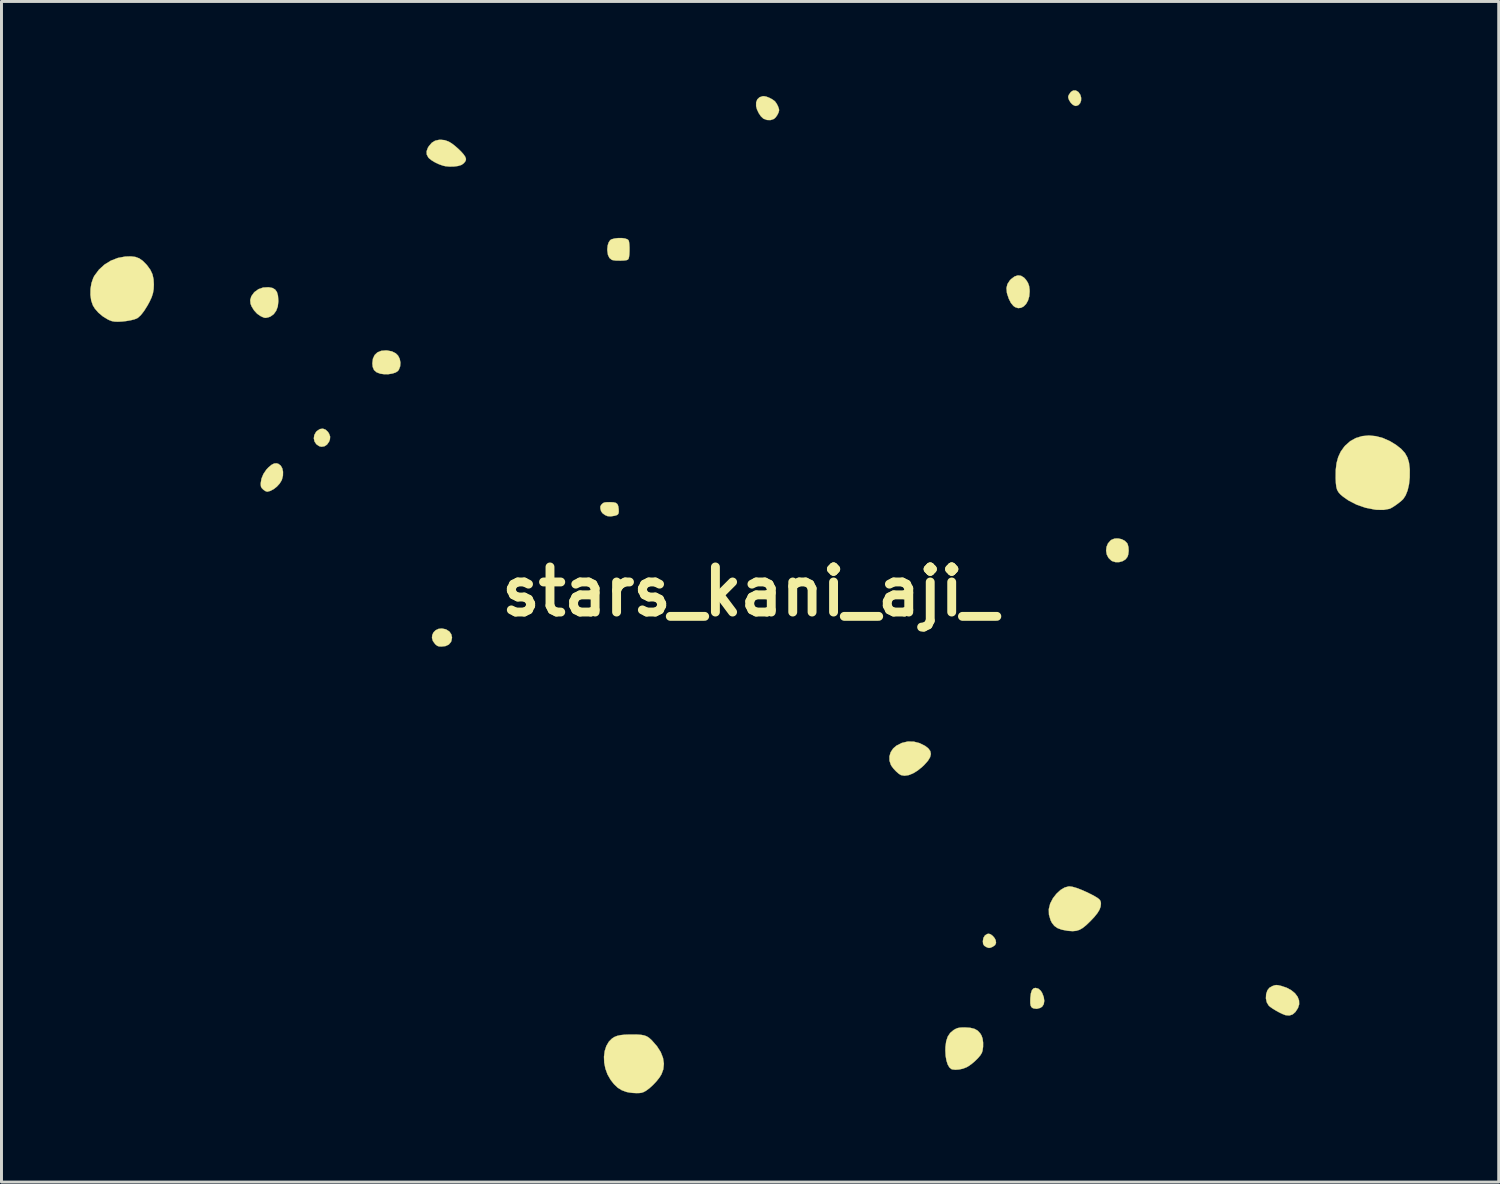
<source format=kicad_pcb>
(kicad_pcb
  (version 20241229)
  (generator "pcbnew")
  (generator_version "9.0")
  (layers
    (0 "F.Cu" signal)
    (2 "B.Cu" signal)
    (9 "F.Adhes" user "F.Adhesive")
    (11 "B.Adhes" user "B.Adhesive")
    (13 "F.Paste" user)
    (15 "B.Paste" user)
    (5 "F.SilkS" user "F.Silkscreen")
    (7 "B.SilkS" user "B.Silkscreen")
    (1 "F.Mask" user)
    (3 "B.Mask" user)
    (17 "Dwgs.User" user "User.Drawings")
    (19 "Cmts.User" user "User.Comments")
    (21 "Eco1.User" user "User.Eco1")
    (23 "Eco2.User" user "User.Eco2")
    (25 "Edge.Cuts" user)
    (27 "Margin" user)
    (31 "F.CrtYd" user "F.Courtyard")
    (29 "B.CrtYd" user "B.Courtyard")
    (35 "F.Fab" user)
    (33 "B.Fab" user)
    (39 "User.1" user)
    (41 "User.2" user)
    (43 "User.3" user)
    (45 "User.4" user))
  (footprint "stars_kani_aji_"
    (layer "F.Cu")
    (at 22.279 16.937)
    (property "Reference" "stars_kani_aji_" (at 0 0 0) (layer "F.SilkS") (effects (font (size 1.524 1.524) (thickness 0.3))))
    (attr through_hole)
    (fp_poly (pts (xy -14.33 -5.472) (xy -14.247 -5.392) (xy -14.211 -5.333) (xy -14.177 -5.237) (xy -14.184 -5.143) (xy -14.213 -5.066) (xy -14.282 -4.968) (xy -14.371 -4.91) (xy -14.472 -4.895) (xy -14.547 -4.915) (xy -14.643 -4.981) (xy -14.704 -5.073) (xy -14.727 -5.18) (xy -14.711 -5.29) (xy -14.654 -5.393) (xy -14.621 -5.428) (xy -14.522 -5.492) (xy -14.423 -5.506) (xy -14.33 -5.472)) (stroke (width 0.01) (type solid)) (fill yes) (layer "F.SilkS"))
    (fp_poly (pts (xy 8.14 11.578) (xy 8.209 11.631) (xy 8.27 11.703) (xy 8.306 11.772) (xy 8.319 11.867) (xy 8.286 11.94) (xy 8.207 11.996) (xy 8.19 12.004) (xy 8.124 12.03) (xy 8.078 12.036) (xy 8.029 12.022) (xy 7.986 12.003) (xy 7.918 11.96) (xy 7.883 11.899) (xy 7.874 11.808) (xy 7.893 11.697) (xy 7.944 11.614) (xy 8.021 11.565) (xy 8.077 11.557) (xy 8.14 11.578)) (stroke (width 0.01) (type solid)) (fill yes) (layer "F.SilkS"))
    (fp_poly (pts (xy 9.746 13.41) (xy 9.829 13.482) (xy 9.878 13.559) (xy 9.931 13.698) (xy 9.948 13.825) (xy 9.931 13.935) (xy 9.879 14.018) (xy 9.815 14.061) (xy 9.696 14.093) (xy 9.589 14.079) (xy 9.556 14.066) (xy 9.515 14.035) (xy 9.489 13.985) (xy 9.476 13.907) (xy 9.476 13.792) (xy 9.479 13.72) (xy 9.497 13.57) (xy 9.531 13.465) (xy 9.582 13.405) (xy 9.649 13.386) (xy 9.746 13.41)) (stroke (width 0.01) (type solid)) (fill yes) (layer "F.SilkS"))
    (fp_poly (pts (xy -10.275 1.271) (xy -10.252 1.28) (xy -10.148 1.347) (xy -10.083 1.442) (xy -10.059 1.553) (xy -10.082 1.671) (xy -10.097 1.703) (xy -10.168 1.787) (xy -10.277 1.838) (xy -10.415 1.854) (xy -10.501 1.85) (xy -10.559 1.829) (xy -10.616 1.784) (xy -10.63 1.77) (xy -10.705 1.667) (xy -10.736 1.563) (xy -10.726 1.463) (xy -10.683 1.374) (xy -10.611 1.303) (xy -10.516 1.258) (xy -10.402 1.245) (xy -10.275 1.271)) (stroke (width 0.01) (type solid)) (fill yes) (layer "F.SilkS"))
    (fp_poly (pts (xy 11.093 -16.885) (xy 11.109 -16.87) (xy 11.168 -16.781) (xy 11.194 -16.683) (xy 11.191 -16.586) (xy 11.159 -16.501) (xy 11.103 -16.438) (xy 11.023 -16.409) (xy 11.006 -16.409) (xy 10.956 -16.424) (xy 10.896 -16.462) (xy 10.891 -16.466) (xy 10.834 -16.529) (xy 10.787 -16.608) (xy 10.782 -16.618) (xy 10.759 -16.686) (xy 10.759 -16.734) (xy 10.782 -16.788) (xy 10.849 -16.882) (xy 10.927 -16.93) (xy 11.011 -16.932) (xy 11.093 -16.885)) (stroke (width 0.01) (type solid)) (fill yes) (layer "F.SilkS"))
    (fp_poly (pts (xy 12.567 -1.77) (xy 12.672 -1.715) (xy 12.749 -1.636) (xy 12.763 -1.61) (xy 12.792 -1.506) (xy 12.8 -1.38) (xy 12.785 -1.255) (xy 12.759 -1.175) (xy 12.692 -1.089) (xy 12.593 -1.029) (xy 12.476 -0.997) (xy 12.355 -0.997) (xy 12.242 -1.032) (xy 12.215 -1.048) (xy 12.119 -1.14) (xy 12.06 -1.255) (xy 12.038 -1.383) (xy 12.052 -1.512) (xy 12.102 -1.632) (xy 12.189 -1.73) (xy 12.224 -1.754) (xy 12.328 -1.794) (xy 12.447 -1.797) (xy 12.567 -1.77)) (stroke (width 0.01) (type solid)) (fill yes) (layer "F.SilkS"))
    (fp_poly (pts (xy -12.252 -8.147) (xy -12.088 -8.116) (xy -11.961 -8.052) (xy -11.882 -7.974) (xy -11.826 -7.863) (xy -11.802 -7.737) (xy -11.812 -7.611) (xy -11.854 -7.5) (xy -11.888 -7.454) (xy -11.963 -7.404) (xy -12.074 -7.368) (xy -12.206 -7.347) (xy -12.345 -7.345) (xy -12.477 -7.363) (xy -12.484 -7.364) (xy -12.609 -7.412) (xy -12.693 -7.486) (xy -12.738 -7.592) (xy -12.75 -7.714) (xy -12.73 -7.871) (xy -12.672 -7.995) (xy -12.578 -8.083) (xy -12.45 -8.135) (xy -12.29 -8.149) (xy -12.252 -8.147)) (stroke (width 0.01) (type solid)) (fill yes) (layer "F.SilkS"))
    (fp_poly (pts (xy -4.605 -3.018) (xy -4.523 -2.998) (xy -4.472 -2.957) (xy -4.443 -2.887) (xy -4.429 -2.79) (xy -4.426 -2.69) (xy -4.442 -2.627) (xy -4.484 -2.589) (xy -4.561 -2.564) (xy -4.562 -2.564) (xy -4.699 -2.543) (xy -4.807 -2.552) (xy -4.889 -2.587) (xy -4.975 -2.65) (xy -5.023 -2.718) (xy -5.046 -2.803) (xy -5.049 -2.874) (xy -5.021 -2.929) (xy -4.995 -2.957) (xy -4.957 -2.991) (xy -4.916 -3.01) (xy -4.856 -3.02) (xy -4.765 -3.022) (xy -4.729 -3.023) (xy -4.605 -3.018)) (stroke (width 0.01) (type solid)) (fill yes) (layer "F.SilkS"))
    (fp_poly (pts (xy 9.164 -10.67) (xy 9.266 -10.607) (xy 9.331 -10.535) (xy 9.398 -10.431) (xy 9.436 -10.324) (xy 9.453 -10.194) (xy 9.454 -10.132) (xy 9.44 -9.973) (xy 9.399 -9.835) (xy 9.336 -9.722) (xy 9.256 -9.638) (xy 9.163 -9.589) (xy 9.065 -9.578) (xy 8.965 -9.611) (xy 8.907 -9.652) (xy 8.823 -9.752) (xy 8.752 -9.891) (xy 8.696 -10.058) (xy 8.685 -10.105) (xy 8.672 -10.257) (xy 8.705 -10.391) (xy 8.785 -10.514) (xy 8.828 -10.559) (xy 8.944 -10.646) (xy 9.056 -10.684) (xy 9.164 -10.67)) (stroke (width 0.01) (type solid)) (fill yes) (layer "F.SilkS"))
    (fp_poly (pts (xy 0.555 -16.724) (xy 0.655 -16.686) (xy 0.755 -16.634) (xy 0.835 -16.577) (xy 0.856 -16.557) (xy 0.907 -16.486) (xy 0.953 -16.397) (xy 0.983 -16.311) (xy 0.991 -16.265) (xy 0.973 -16.19) (xy 0.93 -16.102) (xy 0.873 -16.021) (xy 0.816 -15.97) (xy 0.704 -15.931) (xy 0.581 -15.933) (xy 0.467 -15.976) (xy 0.455 -15.984) (xy 0.375 -16.059) (xy 0.302 -16.167) (xy 0.244 -16.29) (xy 0.214 -16.402) (xy 0.215 -16.528) (xy 0.255 -16.63) (xy 0.33 -16.701) (xy 0.435 -16.736) (xy 0.475 -16.738) (xy 0.555 -16.724)) (stroke (width 0.01) (type solid)) (fill yes) (layer "F.SilkS"))
    (fp_poly (pts (xy -15.924 -4.317) (xy -15.847 -4.259) (xy -15.794 -4.167) (xy -15.768 -4.05) (xy -15.771 -3.92) (xy -15.805 -3.786) (xy -15.817 -3.758) (xy -15.882 -3.651) (xy -15.975 -3.549) (xy -16.083 -3.464) (xy -16.195 -3.404) (xy -16.296 -3.378) (xy -16.306 -3.378) (xy -16.356 -3.394) (xy -16.419 -3.435) (xy -16.44 -3.452) (xy -16.489 -3.502) (xy -16.513 -3.551) (xy -16.521 -3.618) (xy -16.521 -3.662) (xy -16.496 -3.816) (xy -16.43 -3.975) (xy -16.329 -4.124) (xy -16.254 -4.203) (xy -16.152 -4.287) (xy -16.065 -4.33) (xy -15.983 -4.335) (xy -15.924 -4.317)) (stroke (width 0.01) (type solid)) (fill yes) (layer "F.SilkS"))
    (fp_poly (pts (xy -16.244 -10.282) (xy -16.123 -10.258) (xy -16.035 -10.206) (xy -15.974 -10.121) (xy -15.939 -9.999) (xy -15.927 -9.834) (xy -15.927 -9.804) (xy -15.945 -9.635) (xy -15.999 -9.49) (xy -16.082 -9.374) (xy -16.191 -9.295) (xy -16.253 -9.271) (xy -16.323 -9.254) (xy -16.374 -9.249) (xy -16.424 -9.262) (xy -16.494 -9.293) (xy -16.528 -9.31) (xy -16.642 -9.389) (xy -16.746 -9.502) (xy -16.828 -9.633) (xy -16.865 -9.727) (xy -16.876 -9.853) (xy -16.838 -9.979) (xy -16.752 -10.099) (xy -16.728 -10.124) (xy -16.593 -10.221) (xy -16.437 -10.274) (xy -16.258 -10.283) (xy -16.244 -10.282)) (stroke (width 0.01) (type solid)) (fill yes) (layer "F.SilkS"))
    (fp_poly (pts (xy 5.535 5.066) (xy 5.735 5.117) (xy 5.923 5.211) (xy 6.033 5.297) (xy 6.098 5.387) (xy 6.117 5.485) (xy 6.091 5.593) (xy 6.018 5.714) (xy 5.898 5.849) (xy 5.826 5.918) (xy 5.668 6.046) (xy 5.511 6.141) (xy 5.361 6.199) (xy 5.224 6.218) (xy 5.107 6.197) (xy 5.105 6.196) (xy 5.033 6.151) (xy 4.948 6.077) (xy 4.863 5.988) (xy 4.794 5.897) (xy 4.768 5.855) (xy 4.72 5.712) (xy 4.718 5.565) (xy 4.76 5.424) (xy 4.844 5.298) (xy 4.951 5.205) (xy 5.137 5.111) (xy 5.333 5.064) (xy 5.535 5.066)) (stroke (width 0.01) (type solid)) (fill yes) (layer "F.SilkS"))
    (fp_poly (pts (xy -4.321 -11.945) (xy -4.213 -11.93) (xy -4.132 -11.901) (xy -4.098 -11.873) (xy -4.08 -11.822) (xy -4.069 -11.735) (xy -4.063 -11.626) (xy -4.063 -11.508) (xy -4.068 -11.396) (xy -4.08 -11.303) (xy -4.096 -11.244) (xy -4.1 -11.238) (xy -4.126 -11.213) (xy -4.167 -11.198) (xy -4.235 -11.188) (xy -4.34 -11.183) (xy -4.36 -11.182) (xy -4.519 -11.184) (xy -4.628 -11.199) (xy -4.663 -11.211) (xy -4.741 -11.273) (xy -4.791 -11.377) (xy -4.812 -11.522) (xy -4.813 -11.57) (xy -4.8 -11.694) (xy -4.766 -11.8) (xy -4.715 -11.874) (xy -4.675 -11.901) (xy -4.565 -11.931) (xy -4.443 -11.945) (xy -4.321 -11.945)) (stroke (width 0.01) (type solid)) (fill yes) (layer "F.SilkS"))
    (fp_poly (pts (xy 17.844 13.295) (xy 17.93 13.314) (xy 17.952 13.319) (xy 18.138 13.381) (xy 18.294 13.466) (xy 18.419 13.569) (xy 18.507 13.686) (xy 18.555 13.812) (xy 18.559 13.941) (xy 18.519 14.066) (xy 18.433 14.199) (xy 18.338 14.282) (xy 18.229 14.318) (xy 18.105 14.308) (xy 18.082 14.301) (xy 17.995 14.267) (xy 17.887 14.215) (xy 17.773 14.152) (xy 17.666 14.087) (xy 17.579 14.026) (xy 17.53 13.983) (xy 17.465 13.873) (xy 17.436 13.739) (xy 17.444 13.597) (xy 17.448 13.582) (xy 17.489 13.464) (xy 17.554 13.382) (xy 17.654 13.326) (xy 17.665 13.321) (xy 17.73 13.299) (xy 17.784 13.29) (xy 17.844 13.295)) (stroke (width 0.01) (type solid)) (fill yes) (layer "F.SilkS"))
    (fp_poly (pts (xy -10.306 -15.252) (xy -10.177 -15.206) (xy -10.16 -15.197) (xy -10.069 -15.142) (xy -9.964 -15.062) (xy -9.855 -14.967) (xy -9.754 -14.869) (xy -9.672 -14.777) (xy -9.619 -14.701) (xy -9.615 -14.694) (xy -9.59 -14.63) (xy -9.59 -14.583) (xy -9.612 -14.533) (xy -9.66 -14.474) (xy -9.73 -14.422) (xy -9.746 -14.414) (xy -9.851 -14.381) (xy -9.986 -14.363) (xy -10.134 -14.359) (xy -10.277 -14.372) (xy -10.36 -14.39) (xy -10.495 -14.437) (xy -10.628 -14.499) (xy -10.746 -14.57) (xy -10.834 -14.64) (xy -10.861 -14.669) (xy -10.913 -14.77) (xy -10.917 -14.877) (xy -10.874 -14.995) (xy -10.839 -15.051) (xy -10.741 -15.165) (xy -10.629 -15.234) (xy -10.492 -15.264) (xy -10.438 -15.265) (xy -10.306 -15.252)) (stroke (width 0.01) (type solid)) (fill yes) (layer "F.SilkS"))
    (fp_poly (pts (xy 7.446 14.734) (xy 7.587 14.768) (xy 7.697 14.829) (xy 7.783 14.921) (xy 7.83 14.999) (xy 7.865 15.103) (xy 7.882 15.235) (xy 7.881 15.376) (xy 7.863 15.507) (xy 7.84 15.58) (xy 7.788 15.665) (xy 7.704 15.764) (xy 7.599 15.867) (xy 7.485 15.962) (xy 7.373 16.039) (xy 7.327 16.065) (xy 7.205 16.113) (xy 7.072 16.142) (xy 6.944 16.151) (xy 6.838 16.138) (xy 6.814 16.13) (xy 6.745 16.074) (xy 6.688 15.977) (xy 6.645 15.844) (xy 6.617 15.684) (xy 6.607 15.503) (xy 6.61 15.38) (xy 6.636 15.187) (xy 6.688 15.031) (xy 6.77 14.908) (xy 6.886 14.81) (xy 6.947 14.775) (xy 7.013 14.746) (xy 7.087 14.73) (xy 7.185 14.723) (xy 7.264 14.722) (xy 7.446 14.734)) (stroke (width 0.01) (type solid)) (fill yes) (layer "F.SilkS"))
    (fp_poly (pts (xy 10.898 9.97) (xy 11.029 10.007) (xy 11.187 10.066) (xy 11.363 10.143) (xy 11.508 10.213) (xy 11.644 10.285) (xy 11.74 10.342) (xy 11.804 10.391) (xy 11.841 10.439) (xy 11.858 10.49) (xy 11.862 10.547) (xy 11.85 10.647) (xy 11.811 10.75) (xy 11.742 10.862) (xy 11.639 10.99) (xy 11.506 11.131) (xy 11.368 11.264) (xy 11.249 11.36) (xy 11.14 11.423) (xy 11.029 11.458) (xy 10.906 11.469) (xy 10.762 11.459) (xy 10.723 11.454) (xy 10.54 11.419) (xy 10.398 11.367) (xy 10.29 11.292) (xy 10.208 11.189) (xy 10.162 11.099) (xy 10.107 10.912) (xy 10.102 10.724) (xy 10.148 10.538) (xy 10.243 10.355) (xy 10.36 10.206) (xy 10.497 10.079) (xy 10.635 9.996) (xy 10.768 9.959) (xy 10.802 9.957) (xy 10.898 9.97)) (stroke (width 0.01) (type solid)) (fill yes) (layer "F.SilkS"))
    (fp_poly (pts (xy -20.755 -11.307) (xy -20.624 -11.258) (xy -20.504 -11.173) (xy -20.381 -11.048) (xy -20.361 -11.025) (xy -20.251 -10.874) (xy -20.179 -10.722) (xy -20.142 -10.553) (xy -20.132 -10.376) (xy -20.139 -10.221) (xy -20.162 -10.084) (xy -20.205 -9.949) (xy -20.273 -9.801) (xy -20.346 -9.667) (xy -20.462 -9.482) (xy -20.57 -9.343) (xy -20.67 -9.252) (xy -20.705 -9.231) (xy -20.794 -9.197) (xy -20.918 -9.167) (xy -21.062 -9.142) (xy -21.211 -9.125) (xy -21.347 -9.119) (xy -21.46 -9.123) (xy -21.549 -9.139) (xy -21.639 -9.173) (xy -21.688 -9.197) (xy -21.855 -9.299) (xy -22.005 -9.425) (xy -22.126 -9.565) (xy -22.191 -9.671) (xy -22.248 -9.836) (xy -22.274 -10.026) (xy -22.271 -10.227) (xy -22.239 -10.422) (xy -22.178 -10.598) (xy -22.142 -10.668) (xy -21.988 -10.875) (xy -21.801 -11.047) (xy -21.585 -11.181) (xy -21.348 -11.273) (xy -21.097 -11.32) (xy -21.096 -11.32) (xy -20.909 -11.326) (xy -20.755 -11.307)) (stroke (width 0.01) (type solid)) (fill yes) (layer "F.SilkS"))
    (fp_poly (pts (xy -3.797 14.963) (xy -3.664 14.973) (xy -3.56 14.993) (xy -3.475 15.026) (xy -3.399 15.076) (xy -3.322 15.145) (xy -3.307 15.16) (xy -3.134 15.358) (xy -3.008 15.556) (xy -2.931 15.754) (xy -2.902 15.948) (xy -2.922 16.138) (xy -2.985 16.308) (xy -3.055 16.419) (xy -3.155 16.544) (xy -3.272 16.668) (xy -3.392 16.777) (xy -3.503 16.859) (xy -3.518 16.868) (xy -3.594 16.908) (xy -3.663 16.93) (xy -3.745 16.939) (xy -3.835 16.94) (xy -3.954 16.934) (xy -4.074 16.919) (xy -4.164 16.901) (xy -4.323 16.843) (xy -4.462 16.757) (xy -4.589 16.635) (xy -4.7 16.493) (xy -4.805 16.311) (xy -4.877 16.114) (xy -4.917 15.912) (xy -4.925 15.712) (xy -4.901 15.522) (xy -4.846 15.349) (xy -4.759 15.201) (xy -4.656 15.098) (xy -4.574 15.045) (xy -4.48 15.007) (xy -4.366 14.982) (xy -4.222 14.967) (xy -4.038 14.961) (xy -3.97 14.961) (xy -3.797 14.963)) (stroke (width 0.01) (type solid)) (fill yes) (layer "F.SilkS"))
    (fp_poly (pts (xy 21.149 -5.253) (xy 21.389 -5.189) (xy 21.631 -5.081) (xy 21.839 -4.953) (xy 22.007 -4.82) (xy 22.131 -4.684) (xy 22.216 -4.534) (xy 22.269 -4.36) (xy 22.294 -4.152) (xy 22.296 -4.115) (xy 22.294 -3.859) (xy 22.27 -3.626) (xy 22.223 -3.421) (xy 22.155 -3.251) (xy 22.077 -3.132) (xy 22.017 -3.073) (xy 21.931 -3.003) (xy 21.833 -2.93) (xy 21.736 -2.865) (xy 21.653 -2.817) (xy 21.611 -2.799) (xy 21.412 -2.762) (xy 21.181 -2.765) (xy 21.12 -2.772) (xy 20.8 -2.835) (xy 20.498 -2.94) (xy 20.222 -3.083) (xy 20.037 -3.213) (xy 19.949 -3.289) (xy 19.886 -3.361) (xy 19.842 -3.44) (xy 19.815 -3.538) (xy 19.8 -3.664) (xy 19.792 -3.83) (xy 19.792 -3.835) (xy 19.795 -4.109) (xy 19.823 -4.344) (xy 19.879 -4.548) (xy 19.963 -4.729) (xy 20.079 -4.892) (xy 20.117 -4.936) (xy 20.286 -5.085) (xy 20.478 -5.191) (xy 20.688 -5.254) (xy 20.914 -5.275) (xy 21.149 -5.253)) (stroke (width 0.01) (type solid)) (fill yes) (layer "F.SilkS")))
  (gr_rect
    (start -3 -3)
    (end 47.58 36.882)
    (stroke (width 0.1) (type default))
    (fill no)
    (layer "Edge.Cuts")))
</source>
